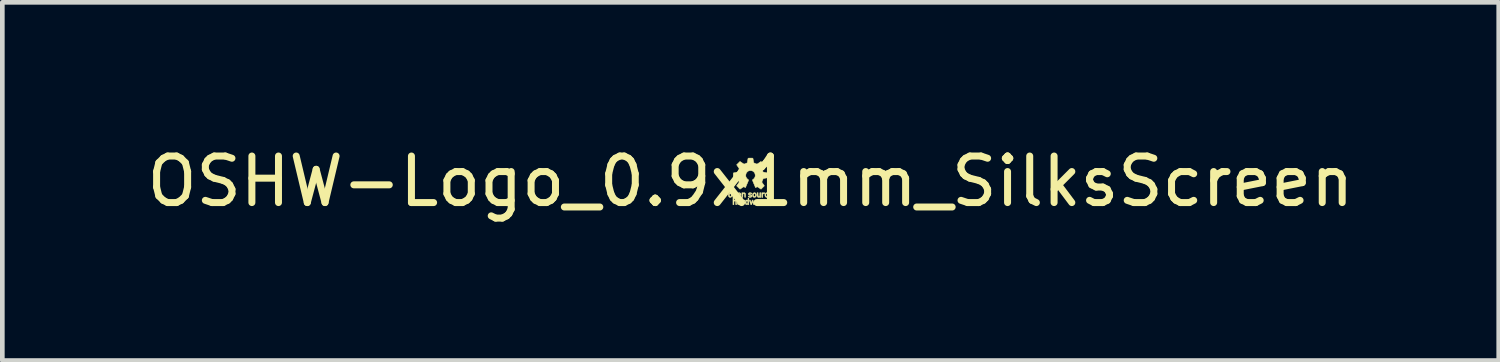
<source format=kicad_pcb>
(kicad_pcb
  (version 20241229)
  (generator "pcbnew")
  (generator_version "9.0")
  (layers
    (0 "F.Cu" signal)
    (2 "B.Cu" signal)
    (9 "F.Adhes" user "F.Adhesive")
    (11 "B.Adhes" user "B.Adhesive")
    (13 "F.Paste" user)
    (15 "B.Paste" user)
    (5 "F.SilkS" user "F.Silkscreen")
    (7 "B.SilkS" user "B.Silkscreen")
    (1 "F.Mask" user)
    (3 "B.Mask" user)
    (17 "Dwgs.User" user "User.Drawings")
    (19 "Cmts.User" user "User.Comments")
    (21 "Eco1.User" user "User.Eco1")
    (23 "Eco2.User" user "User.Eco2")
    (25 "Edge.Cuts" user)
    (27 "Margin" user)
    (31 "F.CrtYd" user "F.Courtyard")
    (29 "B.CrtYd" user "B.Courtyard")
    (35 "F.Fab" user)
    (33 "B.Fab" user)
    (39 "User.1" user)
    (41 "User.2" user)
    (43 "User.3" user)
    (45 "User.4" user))
  (footprint "OSHW-Logo_0.9x1mm_SilksScreen"
    (layer "F.Cu")
    (at 13.077 0.848)
    (property "Reference" "OSHW-Logo_0.9x1mm_SilksScreen" (at 0 0 0) (layer "F.SilkS") (effects (font (size 1 1) (thickness 0.15))))
    (attr exclude_from_pos_files exclude_from_bom)
    (fp_poly (pts (xy 0.236 0.401) (xy 0.241 0.404) (xy 0.243 0.407) (xy 0.247 0.404) (xy 0.255 0.4) (xy 0.267 0.4) (xy 0.278 0.402) (xy 0.28 0.403) (xy 0.287 0.407) (xy 0.28 0.415) (xy 0.271 0.421) (xy 0.261 0.422) (xy 0.252 0.421) (xy 0.246 0.424) (xy 0.242 0.43) (xy 0.24 0.441) (xy 0.24 0.458) (xy 0.24 0.465) (xy 0.24 0.501) (xy 0.218 0.501) (xy 0.218 0.399) (xy 0.228 0.399) (xy 0.236 0.401)) (stroke (width 0.01) (type solid)) (fill yes) (layer "F.SilkS"))
    (fp_poly (pts (xy -0.165 0.401) (xy -0.162 0.403) (xy -0.157 0.405) (xy -0.152 0.403) (xy -0.142 0.4) (xy -0.13 0.4) (xy -0.121 0.402) (xy -0.12 0.403) (xy -0.117 0.406) (xy -0.119 0.411) (xy -0.121 0.414) (xy -0.128 0.42) (xy -0.137 0.422) (xy -0.139 0.422) (xy -0.149 0.422) (xy -0.155 0.426) (xy -0.157 0.431) (xy -0.159 0.442) (xy -0.16 0.457) (xy -0.16 0.465) (xy -0.162 0.499) (xy -0.171 0.5) (xy -0.181 0.501) (xy -0.181 0.399) (xy -0.173 0.399) (xy -0.165 0.401)) (stroke (width 0.01) (type solid)) (fill yes) (layer "F.SilkS"))
    (fp_poly (pts (xy 0.262 0.244) (xy 0.265 0.247) (xy 0.265 0.247) (xy 0.267 0.249) (xy 0.272 0.247) (xy 0.28 0.244) (xy 0.291 0.243) (xy 0.301 0.244) (xy 0.306 0.246) (xy 0.307 0.247) (xy 0.306 0.252) (xy 0.303 0.259) (xy 0.298 0.265) (xy 0.293 0.266) (xy 0.29 0.265) (xy 0.282 0.263) (xy 0.274 0.267) (xy 0.27 0.27) (xy 0.267 0.274) (xy 0.266 0.281) (xy 0.265 0.292) (xy 0.264 0.308) (xy 0.263 0.343) (xy 0.253 0.344) (xy 0.243 0.345) (xy 0.243 0.243) (xy 0.254 0.243) (xy 0.262 0.244)) (stroke (width 0.01) (type solid)) (fill yes) (layer "F.SilkS"))
    (fp_poly (pts (xy 0.163 0.277) (xy 0.164 0.297) (xy 0.166 0.31) (xy 0.17 0.318) (xy 0.176 0.322) (xy 0.183 0.323) (xy 0.19 0.322) (xy 0.195 0.318) (xy 0.198 0.311) (xy 0.199 0.299) (xy 0.2 0.28) (xy 0.2 0.279) (xy 0.2 0.243) (xy 0.221 0.243) (xy 0.221 0.294) (xy 0.221 0.314) (xy 0.221 0.328) (xy 0.221 0.337) (xy 0.219 0.342) (xy 0.218 0.344) (xy 0.215 0.345) (xy 0.213 0.345) (xy 0.205 0.343) (xy 0.201 0.341) (xy 0.195 0.339) (xy 0.189 0.341) (xy 0.176 0.344) (xy 0.163 0.341) (xy 0.16 0.34) (xy 0.152 0.334) (xy 0.147 0.326) (xy 0.144 0.315) (xy 0.142 0.3) (xy 0.142 0.28) (xy 0.142 0.243) (xy 0.163 0.243) (xy 0.163 0.277)) (stroke (width 0.01) (type solid)) (fill yes) (layer "F.SilkS"))
    (fp_poly (pts (xy 0.366 0.245) (xy 0.377 0.249) (xy 0.379 0.251) (xy 0.386 0.257) (xy 0.387 0.261) (xy 0.383 0.265) (xy 0.382 0.266) (xy 0.377 0.27) (xy 0.371 0.27) (xy 0.364 0.267) (xy 0.353 0.263) (xy 0.344 0.265) (xy 0.336 0.269) (xy 0.332 0.276) (xy 0.33 0.288) (xy 0.33 0.296) (xy 0.333 0.31) (xy 0.34 0.319) (xy 0.351 0.323) (xy 0.364 0.321) (xy 0.367 0.319) (xy 0.376 0.318) (xy 0.381 0.32) (xy 0.387 0.324) (xy 0.386 0.33) (xy 0.378 0.336) (xy 0.374 0.338) (xy 0.356 0.344) (xy 0.34 0.343) (xy 0.336 0.341) (xy 0.322 0.332) (xy 0.313 0.317) (xy 0.309 0.299) (xy 0.31 0.278) (xy 0.316 0.262) (xy 0.326 0.25) (xy 0.342 0.244) (xy 0.352 0.243) (xy 0.366 0.245)) (stroke (width 0.01) (type solid)) (fill yes) (layer "F.SilkS"))
    (fp_poly (pts (xy -0.418 0.246) (xy -0.405 0.255) (xy -0.397 0.269) (xy -0.393 0.287) (xy -0.394 0.305) (xy -0.399 0.321) (xy -0.409 0.334) (xy -0.422 0.342) (xy -0.437 0.344) (xy -0.452 0.341) (xy -0.455 0.339) (xy -0.466 0.329) (xy -0.473 0.315) (xy -0.475 0.294) (xy -0.475 0.292) (xy -0.454 0.292) (xy -0.452 0.308) (xy -0.447 0.318) (xy -0.438 0.323) (xy -0.434 0.323) (xy -0.425 0.32) (xy -0.419 0.315) (xy -0.415 0.305) (xy -0.414 0.292) (xy -0.415 0.279) (xy -0.416 0.274) (xy -0.422 0.267) (xy -0.432 0.264) (xy -0.443 0.265) (xy -0.445 0.267) (xy -0.45 0.271) (xy -0.453 0.278) (xy -0.454 0.288) (xy -0.454 0.292) (xy -0.475 0.292) (xy -0.475 0.29) (xy -0.475 0.277) (xy -0.473 0.269) (xy -0.469 0.262) (xy -0.463 0.256) (xy -0.454 0.248) (xy -0.445 0.244) (xy -0.435 0.243) (xy -0.418 0.246)) (stroke (width 0.01) (type solid)) (fill yes) (layer "F.SilkS"))
    (fp_poly (pts (xy 0.102 0.246) (xy 0.112 0.253) (xy 0.121 0.267) (xy 0.126 0.285) (xy 0.126 0.305) (xy 0.125 0.308) (xy 0.12 0.323) (xy 0.109 0.335) (xy 0.096 0.342) (xy 0.081 0.344) (xy 0.066 0.34) (xy 0.063 0.338) (xy 0.052 0.328) (xy 0.046 0.314) (xy 0.044 0.295) (xy 0.044 0.292) (xy 0.065 0.292) (xy 0.067 0.308) (xy 0.072 0.318) (xy 0.081 0.323) (xy 0.085 0.323) (xy 0.094 0.32) (xy 0.1 0.315) (xy 0.104 0.305) (xy 0.105 0.292) (xy 0.104 0.279) (xy 0.103 0.274) (xy 0.097 0.267) (xy 0.087 0.264) (xy 0.077 0.265) (xy 0.074 0.267) (xy 0.069 0.271) (xy 0.066 0.278) (xy 0.065 0.288) (xy 0.065 0.292) (xy 0.044 0.292) (xy 0.044 0.286) (xy 0.046 0.273) (xy 0.048 0.264) (xy 0.053 0.258) (xy 0.057 0.254) (xy 0.072 0.245) (xy 0.087 0.243) (xy 0.102 0.246)) (stroke (width 0.01) (type solid)) (fill yes) (layer "F.SilkS"))
    (fp_poly (pts (xy -0.226 0.246) (xy -0.213 0.255) (xy -0.206 0.269) (xy -0.203 0.286) (xy -0.203 0.301) (xy -0.265 0.303) (xy -0.26 0.312) (xy -0.253 0.319) (xy -0.242 0.323) (xy -0.23 0.321) (xy -0.225 0.319) (xy -0.218 0.317) (xy -0.212 0.32) (xy -0.21 0.322) (xy -0.205 0.327) (xy -0.206 0.331) (xy -0.212 0.335) (xy -0.213 0.336) (xy -0.228 0.342) (xy -0.246 0.343) (xy -0.26 0.34) (xy -0.272 0.331) (xy -0.28 0.317) (xy -0.283 0.298) (xy -0.283 0.29) (xy -0.283 0.28) (xy -0.263 0.28) (xy -0.261 0.282) (xy -0.254 0.283) (xy -0.243 0.283) (xy -0.231 0.283) (xy -0.225 0.282) (xy -0.223 0.279) (xy -0.224 0.276) (xy -0.229 0.267) (xy -0.238 0.263) (xy -0.248 0.263) (xy -0.257 0.267) (xy -0.262 0.276) (xy -0.263 0.28) (xy -0.283 0.28) (xy -0.283 0.277) (xy -0.281 0.269) (xy -0.277 0.262) (xy -0.271 0.256) (xy -0.261 0.248) (xy -0.253 0.244) (xy -0.243 0.243) (xy -0.226 0.246)) (stroke (width 0.01) (type solid)) (fill yes) (layer "F.SilkS"))
    (fp_poly (pts (xy -0.167 0.244) (xy -0.163 0.248) (xy -0.163 0.248) (xy -0.162 0.25) (xy -0.159 0.248) (xy -0.153 0.245) (xy -0.143 0.243) (xy -0.139 0.243) (xy -0.128 0.244) (xy -0.12 0.249) (xy -0.115 0.254) (xy -0.11 0.26) (xy -0.108 0.265) (xy -0.106 0.272) (xy -0.106 0.282) (xy -0.106 0.297) (xy -0.106 0.304) (xy -0.107 0.321) (xy -0.107 0.333) (xy -0.108 0.339) (xy -0.11 0.342) (xy -0.113 0.343) (xy -0.116 0.343) (xy -0.12 0.343) (xy -0.123 0.341) (xy -0.125 0.337) (xy -0.125 0.328) (xy -0.126 0.314) (xy -0.126 0.308) (xy -0.127 0.291) (xy -0.128 0.28) (xy -0.13 0.274) (xy -0.132 0.269) (xy -0.135 0.267) (xy -0.145 0.263) (xy -0.155 0.265) (xy -0.161 0.271) (xy -0.162 0.274) (xy -0.162 0.281) (xy -0.163 0.293) (xy -0.164 0.308) (xy -0.164 0.312) (xy -0.165 0.327) (xy -0.166 0.336) (xy -0.167 0.341) (xy -0.17 0.343) (xy -0.175 0.344) (xy -0.175 0.344) (xy -0.185 0.345) (xy -0.185 0.243) (xy -0.174 0.243) (xy -0.167 0.244)) (stroke (width 0.01) (type solid)) (fill yes) (layer "F.SilkS"))
    (fp_poly (pts (xy 0.346 0.405) (xy 0.35 0.407) (xy 0.359 0.415) (xy 0.364 0.424) (xy 0.367 0.437) (xy 0.368 0.442) (xy 0.371 0.457) (xy 0.339 0.457) (xy 0.324 0.457) (xy 0.315 0.458) (xy 0.31 0.459) (xy 0.309 0.462) (xy 0.309 0.465) (xy 0.313 0.473) (xy 0.32 0.479) (xy 0.327 0.482) (xy 0.334 0.481) (xy 0.341 0.478) (xy 0.349 0.475) (xy 0.354 0.475) (xy 0.36 0.479) (xy 0.368 0.486) (xy 0.356 0.493) (xy 0.339 0.499) (xy 0.321 0.5) (xy 0.309 0.497) (xy 0.299 0.489) (xy 0.291 0.477) (xy 0.287 0.461) (xy 0.287 0.444) (xy 0.289 0.435) (xy 0.309 0.435) (xy 0.314 0.438) (xy 0.327 0.439) (xy 0.328 0.439) (xy 0.339 0.439) (xy 0.345 0.438) (xy 0.346 0.435) (xy 0.346 0.432) (xy 0.34 0.423) (xy 0.331 0.419) (xy 0.321 0.421) (xy 0.318 0.422) (xy 0.31 0.429) (xy 0.309 0.435) (xy 0.289 0.435) (xy 0.29 0.428) (xy 0.297 0.414) (xy 0.306 0.405) (xy 0.318 0.4) (xy 0.333 0.4) (xy 0.346 0.405)) (stroke (width 0.01) (type solid)) (fill yes) (layer "F.SilkS"))
    (fp_poly (pts (xy -0.036 0.501) (xy -0.045 0.501) (xy -0.052 0.499) (xy -0.055 0.497) (xy -0.058 0.494) (xy -0.064 0.497) (xy -0.078 0.501) (xy -0.092 0.499) (xy -0.103 0.492) (xy -0.111 0.48) (xy -0.115 0.464) (xy -0.116 0.45) (xy -0.094 0.45) (xy -0.093 0.461) (xy -0.091 0.471) (xy -0.091 0.472) (xy -0.084 0.477) (xy -0.075 0.479) (xy -0.065 0.477) (xy -0.061 0.473) (xy -0.059 0.466) (xy -0.057 0.456) (xy -0.057 0.45) (xy -0.058 0.435) (xy -0.063 0.425) (xy -0.072 0.421) (xy -0.077 0.421) (xy -0.086 0.423) (xy -0.092 0.431) (xy -0.094 0.445) (xy -0.094 0.45) (xy -0.116 0.45) (xy -0.116 0.446) (xy -0.113 0.429) (xy -0.108 0.414) (xy -0.103 0.408) (xy -0.095 0.401) (xy -0.085 0.4) (xy -0.081 0.4) (xy -0.07 0.402) (xy -0.061 0.404) (xy -0.061 0.405) (xy -0.057 0.405) (xy -0.055 0.403) (xy -0.055 0.396) (xy -0.054 0.383) (xy -0.054 0.371) (xy -0.053 0.363) (xy -0.051 0.36) (xy -0.047 0.359) (xy -0.045 0.359) (xy -0.036 0.359) (xy -0.036 0.501)) (stroke (width 0.01) (type solid)) (fill yes) (layer "F.SilkS"))
    (fp_poly (pts (xy 0.006 0.245) (xy 0.018 0.248) (xy 0.025 0.252) (xy 0.029 0.257) (xy 0.027 0.261) (xy 0.025 0.264) (xy 0.019 0.268) (xy 0.012 0.267) (xy 0.009 0.266) (xy -0.005 0.262) (xy -0.016 0.263) (xy -0.022 0.267) (xy -0.025 0.272) (xy -0.022 0.277) (xy -0.02 0.278) (xy -0.012 0.281) (xy -0.001 0.283) (xy 0.001 0.283) (xy 0.015 0.286) (xy 0.025 0.293) (xy 0.031 0.304) (xy 0.032 0.315) (xy 0.028 0.327) (xy 0.019 0.336) (xy 0.013 0.34) (xy -0.004 0.344) (xy -0.021 0.343) (xy -0.035 0.338) (xy -0.046 0.333) (xy -0.05 0.328) (xy -0.049 0.324) (xy -0.045 0.319) (xy -0.04 0.315) (xy -0.035 0.315) (xy -0.031 0.318) (xy -0.02 0.322) (xy -0.007 0.322) (xy 0.004 0.321) (xy 0.009 0.318) (xy 0.01 0.314) (xy 0.008 0.307) (xy -0.001 0.302) (xy -0.013 0.301) (xy -0.027 0.298) (xy -0.038 0.291) (xy -0.044 0.281) (xy -0.046 0.269) (xy -0.043 0.258) (xy -0.034 0.249) (xy -0.031 0.247) (xy -0.021 0.244) (xy -0.008 0.244) (xy 0.006 0.245)) (stroke (width 0.01) (type solid)) (fill yes) (layer "F.SilkS"))
    (fp_poly (pts (xy 0.446 0.244) (xy 0.454 0.248) (xy 0.463 0.256) (xy 0.471 0.265) (xy 0.475 0.273) (xy 0.475 0.285) (xy 0.475 0.301) (xy 0.445 0.301) (xy 0.431 0.302) (xy 0.42 0.302) (xy 0.414 0.304) (xy 0.414 0.304) (xy 0.416 0.309) (xy 0.419 0.315) (xy 0.428 0.321) (xy 0.439 0.323) (xy 0.452 0.32) (xy 0.453 0.32) (xy 0.462 0.318) (xy 0.467 0.321) (xy 0.471 0.325) (xy 0.471 0.329) (xy 0.466 0.334) (xy 0.456 0.34) (xy 0.443 0.343) (xy 0.429 0.344) (xy 0.419 0.341) (xy 0.407 0.333) (xy 0.398 0.319) (xy 0.394 0.302) (xy 0.394 0.283) (xy 0.395 0.277) (xy 0.415 0.277) (xy 0.415 0.281) (xy 0.421 0.283) (xy 0.432 0.283) (xy 0.434 0.283) (xy 0.446 0.283) (xy 0.452 0.281) (xy 0.454 0.278) (xy 0.451 0.269) (xy 0.443 0.264) (xy 0.434 0.262) (xy 0.424 0.265) (xy 0.419 0.269) (xy 0.415 0.277) (xy 0.395 0.277) (xy 0.396 0.276) (xy 0.403 0.259) (xy 0.413 0.248) (xy 0.427 0.244) (xy 0.434 0.243) (xy 0.446 0.244)) (stroke (width 0.01) (type solid)) (fill yes) (layer "F.SilkS"))
    (fp_poly (pts (xy 0.158 0.4) (xy 0.161 0.4) (xy 0.174 0.402) (xy 0.184 0.405) (xy 0.19 0.41) (xy 0.194 0.42) (xy 0.195 0.434) (xy 0.196 0.454) (xy 0.196 0.46) (xy 0.196 0.501) (xy 0.187 0.501) (xy 0.18 0.5) (xy 0.178 0.497) (xy 0.176 0.495) (xy 0.171 0.497) (xy 0.156 0.501) (xy 0.141 0.499) (xy 0.128 0.491) (xy 0.127 0.49) (xy 0.118 0.478) (xy 0.118 0.472) (xy 0.139 0.472) (xy 0.143 0.478) (xy 0.144 0.479) (xy 0.153 0.481) (xy 0.163 0.48) (xy 0.172 0.477) (xy 0.175 0.475) (xy 0.178 0.466) (xy 0.175 0.46) (xy 0.166 0.457) (xy 0.164 0.457) (xy 0.153 0.458) (xy 0.145 0.459) (xy 0.144 0.46) (xy 0.139 0.465) (xy 0.139 0.472) (xy 0.118 0.472) (xy 0.117 0.466) (xy 0.123 0.454) (xy 0.125 0.451) (xy 0.131 0.446) (xy 0.138 0.442) (xy 0.15 0.44) (xy 0.156 0.44) (xy 0.17 0.438) (xy 0.177 0.435) (xy 0.177 0.43) (xy 0.172 0.423) (xy 0.172 0.423) (xy 0.163 0.419) (xy 0.15 0.42) (xy 0.142 0.422) (xy 0.135 0.422) (xy 0.129 0.419) (xy 0.124 0.415) (xy 0.124 0.411) (xy 0.13 0.406) (xy 0.131 0.406) (xy 0.137 0.402) (xy 0.146 0.4) (xy 0.158 0.4)) (stroke (width 0.01) (type solid)) (fill yes) (layer "F.SilkS"))
    (fp_poly (pts (xy -0.229 0.4) (xy -0.22 0.404) (xy -0.214 0.41) (xy -0.209 0.415) (xy -0.206 0.419) (xy -0.204 0.426) (xy -0.204 0.435) (xy -0.203 0.448) (xy -0.203 0.461) (xy -0.203 0.501) (xy -0.214 0.501) (xy -0.222 0.5) (xy -0.225 0.497) (xy -0.225 0.497) (xy -0.226 0.494) (xy -0.229 0.497) (xy -0.236 0.5) (xy -0.247 0.501) (xy -0.259 0.499) (xy -0.267 0.497) (xy -0.277 0.49) (xy -0.282 0.479) (xy -0.283 0.468) (xy -0.265 0.468) (xy -0.264 0.474) (xy -0.258 0.479) (xy -0.257 0.479) (xy -0.245 0.482) (xy -0.236 0.481) (xy -0.232 0.479) (xy -0.226 0.472) (xy -0.225 0.466) (xy -0.226 0.46) (xy -0.23 0.458) (xy -0.238 0.457) (xy -0.251 0.459) (xy -0.26 0.463) (xy -0.265 0.468) (xy -0.283 0.468) (xy -0.283 0.465) (xy -0.28 0.454) (xy -0.272 0.447) (xy -0.26 0.442) (xy -0.244 0.439) (xy -0.239 0.439) (xy -0.23 0.439) (xy -0.226 0.436) (xy -0.225 0.432) (xy -0.228 0.424) (xy -0.236 0.42) (xy -0.247 0.419) (xy -0.255 0.421) (xy -0.263 0.423) (xy -0.269 0.421) (xy -0.273 0.418) (xy -0.278 0.413) (xy -0.277 0.41) (xy -0.271 0.406) (xy -0.269 0.405) (xy -0.258 0.401) (xy -0.245 0.399) (xy -0.241 0.399) (xy -0.229 0.4)) (stroke (width 0.01) (type solid)) (fill yes) (layer "F.SilkS"))
    (fp_poly (pts (xy 0.106 0.399) (xy 0.113 0.4) (xy 0.116 0.4) (xy 0.115 0.404) (xy 0.112 0.413) (xy 0.108 0.427) (xy 0.103 0.443) (xy 0.1 0.45) (xy 0.094 0.469) (xy 0.09 0.483) (xy 0.086 0.492) (xy 0.083 0.497) (xy 0.079 0.499) (xy 0.075 0.5) (xy 0.07 0.5) (xy 0.066 0.498) (xy 0.063 0.491) (xy 0.06 0.48) (xy 0.056 0.466) (xy 0.052 0.452) (xy 0.05 0.445) (xy 0.048 0.439) (xy 0.047 0.435) (xy 0.045 0.435) (xy 0.043 0.439) (xy 0.041 0.447) (xy 0.036 0.461) (xy 0.033 0.475) (xy 0.028 0.488) (xy 0.025 0.496) (xy 0.021 0.5) (xy 0.017 0.501) (xy 0.016 0.501) (xy 0.009 0.5) (xy 0.006 0.498) (xy 0.005 0.494) (xy 0.001 0.484) (xy -0.003 0.47) (xy -0.008 0.454) (xy -0.009 0.453) (xy -0.014 0.436) (xy -0.019 0.421) (xy -0.022 0.41) (xy -0.024 0.405) (xy -0.024 0.405) (xy -0.024 0.401) (xy -0.018 0.399) (xy -0.015 0.399) (xy -0.01 0.399) (xy -0.007 0.4) (xy -0.004 0.403) (xy -0.001 0.409) (xy 0.002 0.419) (xy 0.007 0.435) (xy 0.009 0.445) (xy 0.016 0.466) (xy 0.027 0.433) (xy 0.032 0.417) (xy 0.036 0.407) (xy 0.04 0.401) (xy 0.044 0.399) (xy 0.045 0.399) (xy 0.049 0.4) (xy 0.053 0.404) (xy 0.057 0.412) (xy 0.062 0.426) (xy 0.064 0.433) (xy 0.075 0.466) (xy 0.081 0.445) (xy 0.087 0.426) (xy 0.091 0.414) (xy 0.094 0.406) (xy 0.096 0.401) (xy 0.099 0.4) (xy 0.103 0.399) (xy 0.106 0.399)) (stroke (width 0.01) (type solid)) (fill yes) (layer "F.SilkS"))
    (fp_poly (pts (xy -0.359 0.244) (xy -0.356 0.247) (xy -0.356 0.247) (xy -0.353 0.249) (xy -0.349 0.247) (xy -0.34 0.244) (xy -0.33 0.243) (xy -0.316 0.246) (xy -0.307 0.252) (xy -0.301 0.264) (xy -0.298 0.282) (xy -0.298 0.295) (xy -0.298 0.311) (xy -0.3 0.321) (xy -0.303 0.328) (xy -0.305 0.331) (xy -0.316 0.34) (xy -0.329 0.344) (xy -0.342 0.342) (xy -0.347 0.34) (xy -0.356 0.334) (xy -0.356 0.37) (xy -0.356 0.387) (xy -0.355 0.397) (xy -0.354 0.403) (xy -0.353 0.404) (xy -0.35 0.404) (xy -0.349 0.403) (xy -0.334 0.399) (xy -0.32 0.402) (xy -0.308 0.41) (xy -0.304 0.415) (xy -0.301 0.419) (xy -0.299 0.425) (xy -0.298 0.435) (xy -0.298 0.448) (xy -0.298 0.461) (xy -0.298 0.501) (xy -0.308 0.5) (xy -0.318 0.499) (xy -0.319 0.465) (xy -0.32 0.449) (xy -0.321 0.436) (xy -0.323 0.428) (xy -0.324 0.426) (xy -0.331 0.422) (xy -0.341 0.421) (xy -0.349 0.424) (xy -0.351 0.425) (xy -0.354 0.432) (xy -0.355 0.444) (xy -0.356 0.463) (xy -0.356 0.465) (xy -0.356 0.501) (xy -0.377 0.501) (xy -0.377 0.292) (xy -0.356 0.292) (xy -0.354 0.308) (xy -0.35 0.317) (xy -0.35 0.317) (xy -0.341 0.322) (xy -0.331 0.322) (xy -0.324 0.319) (xy -0.321 0.313) (xy -0.32 0.302) (xy -0.319 0.29) (xy -0.32 0.279) (xy -0.322 0.271) (xy -0.322 0.27) (xy -0.33 0.264) (xy -0.34 0.264) (xy -0.347 0.267) (xy -0.352 0.271) (xy -0.355 0.278) (xy -0.356 0.288) (xy -0.356 0.292) (xy -0.377 0.292) (xy -0.377 0.243) (xy -0.367 0.243) (xy -0.359 0.244)) (stroke (width 0.01) (type solid)) (fill yes) (layer "F.SilkS"))
    (fp_poly (pts (xy 0.02 -0.501) (xy 0.034 -0.5) (xy 0.043 -0.5) (xy 0.049 -0.498) (xy 0.051 -0.496) (xy 0.052 -0.495) (xy 0.054 -0.489) (xy 0.056 -0.477) (xy 0.059 -0.462) (xy 0.062 -0.444) (xy 0.062 -0.444) (xy 0.07 -0.4) (xy 0.102 -0.386) (xy 0.117 -0.38) (xy 0.129 -0.376) (xy 0.137 -0.373) (xy 0.139 -0.373) (xy 0.144 -0.375) (xy 0.153 -0.38) (xy 0.166 -0.388) (xy 0.181 -0.398) (xy 0.185 -0.401) (xy 0.226 -0.429) (xy 0.262 -0.393) (xy 0.298 -0.357) (xy 0.271 -0.317) (xy 0.26 -0.301) (xy 0.252 -0.288) (xy 0.246 -0.278) (xy 0.243 -0.272) (xy 0.243 -0.271) (xy 0.245 -0.266) (xy 0.248 -0.256) (xy 0.253 -0.243) (xy 0.259 -0.23) (xy 0.264 -0.217) (xy 0.269 -0.207) (xy 0.272 -0.202) (xy 0.276 -0.201) (xy 0.286 -0.198) (xy 0.3 -0.195) (xy 0.314 -0.192) (xy 0.331 -0.189) (xy 0.346 -0.186) (xy 0.357 -0.184) (xy 0.362 -0.183) (xy 0.365 -0.182) (xy 0.368 -0.18) (xy 0.369 -0.176) (xy 0.37 -0.168) (xy 0.37 -0.156) (xy 0.37 -0.138) (xy 0.37 -0.131) (xy 0.37 -0.111) (xy 0.37 -0.097) (xy 0.369 -0.088) (xy 0.368 -0.082) (xy 0.366 -0.08) (xy 0.363 -0.078) (xy 0.362 -0.078) (xy 0.355 -0.077) (xy 0.343 -0.074) (xy 0.328 -0.071) (xy 0.316 -0.069) (xy 0.3 -0.066) (xy 0.287 -0.062) (xy 0.278 -0.06) (xy 0.275 -0.058) (xy 0.272 -0.054) (xy 0.267 -0.044) (xy 0.262 -0.03) (xy 0.257 -0.02) (xy 0.243 0.016) (xy 0.271 0.056) (xy 0.298 0.096) (xy 0.226 0.168) (xy 0.188 0.142) (xy 0.173 0.132) (xy 0.161 0.124) (xy 0.151 0.119) (xy 0.146 0.116) (xy 0.146 0.116) (xy 0.141 0.118) (xy 0.132 0.122) (xy 0.126 0.125) (xy 0.109 0.135) (xy 0.104 0.125) (xy 0.101 0.119) (xy 0.097 0.108) (xy 0.09 0.093) (xy 0.083 0.075) (xy 0.075 0.056) (xy 0.066 0.036) (xy 0.059 0.017) (xy 0.051 -0.001) (xy 0.046 -0.015) (xy 0.042 -0.025) (xy 0.04 -0.03) (xy 0.04 -0.03) (xy 0.043 -0.033) (xy 0.05 -0.039) (xy 0.059 -0.047) (xy 0.06 -0.047) (xy 0.074 -0.059) (xy 0.085 -0.073) (xy 0.091 -0.085) (xy 0.097 -0.099) (xy 0.1 -0.109) (xy 0.101 -0.12) (xy 0.101 -0.134) (xy 0.101 -0.135) (xy 0.097 -0.16) (xy 0.089 -0.18) (xy 0.076 -0.198) (xy 0.07 -0.204) (xy 0.056 -0.216) (xy 0.042 -0.224) (xy 0.027 -0.229) (xy 0.008 -0.23) (xy 0 -0.23) (xy -0.021 -0.23) (xy -0.037 -0.226) (xy -0.051 -0.22) (xy -0.065 -0.209) (xy -0.07 -0.204) (xy -0.085 -0.186) (xy -0.095 -0.167) (xy -0.1 -0.145) (xy -0.101 -0.135) (xy -0.101 -0.12) (xy -0.101 -0.11) (xy -0.097 -0.099) (xy -0.092 -0.086) (xy -0.091 -0.085) (xy -0.081 -0.068) (xy -0.069 -0.055) (xy -0.06 -0.047) (xy -0.05 -0.039) (xy -0.043 -0.033) (xy -0.04 -0.03) (xy -0.04 -0.03) (xy -0.041 -0.026) (xy -0.045 -0.017) (xy -0.05 -0.003) (xy -0.057 0.014) (xy -0.065 0.033) (xy -0.073 0.052) (xy -0.082 0.072) (xy -0.089 0.09) (xy -0.096 0.106) (xy -0.101 0.117) (xy -0.104 0.124) (xy -0.104 0.125) (xy -0.109 0.135) (xy -0.125 0.125) (xy -0.135 0.12) (xy -0.143 0.117) (xy -0.145 0.116) (xy -0.15 0.118) (xy -0.159 0.123) (xy -0.171 0.131) (xy -0.186 0.141) (xy -0.187 0.142) (xy -0.201 0.151) (xy -0.213 0.159) (xy -0.222 0.165) (xy -0.225 0.167) (xy -0.225 0.167) (xy -0.228 0.165) (xy -0.236 0.158) (xy -0.246 0.148) (xy -0.258 0.136) (xy -0.262 0.131) (xy -0.298 0.096) (xy -0.27 0.056) (xy -0.243 0.015) (xy -0.258 -0.023) (xy -0.273 -0.061) (xy -0.315 -0.069) (xy -0.333 -0.072) (xy -0.347 -0.075) (xy -0.359 -0.077) (xy -0.364 -0.078) (xy -0.366 -0.08) (xy -0.368 -0.083) (xy -0.369 -0.09) (xy -0.37 -0.1) (xy -0.37 -0.116) (xy -0.37 -0.131) (xy -0.37 -0.151) (xy -0.37 -0.165) (xy -0.369 -0.174) (xy -0.368 -0.179) (xy -0.366 -0.182) (xy -0.363 -0.183) (xy -0.362 -0.183) (xy -0.355 -0.185) (xy -0.343 -0.187) (xy -0.328 -0.19) (xy -0.314 -0.192) (xy -0.298 -0.196) (xy -0.284 -0.199) (xy -0.275 -0.201) (xy -0.272 -0.202) (xy -0.269 -0.207) (xy -0.264 -0.217) (xy -0.259 -0.23) (xy -0.253 -0.243) (xy -0.248 -0.256) (xy -0.245 -0.266) (xy -0.243 -0.271) (xy -0.245 -0.276) (xy -0.25 -0.285) (xy -0.258 -0.298) (xy -0.268 -0.313) (xy -0.271 -0.317) (xy -0.298 -0.357) (xy -0.262 -0.393) (xy -0.226 -0.429) (xy -0.185 -0.401) (xy -0.169 -0.391) (xy -0.156 -0.382) (xy -0.145 -0.376) (xy -0.139 -0.373) (xy -0.138 -0.373) (xy -0.132 -0.374) (xy -0.122 -0.378) (xy -0.108 -0.383) (xy -0.101 -0.386) (xy -0.07 -0.399) (xy -0.062 -0.444) (xy -0.059 -0.461) (xy -0.056 -0.477) (xy -0.054 -0.488) (xy -0.052 -0.494) (xy -0.052 -0.495) (xy -0.051 -0.497) (xy -0.047 -0.499) (xy -0.041 -0.5) (xy -0.03 -0.501) (xy -0.015 -0.501) (xy 0 -0.501) (xy 0.02 -0.501)) (stroke (width 0.01) (type solid)) (fill yes) (layer "F.SilkS")))
  (gr_rect
    (start -3 -3)
    (end 29.155 4.697)
    (stroke (width 0.1) (type default))
    (fill no)
    (layer "Edge.Cuts")))
</source>
